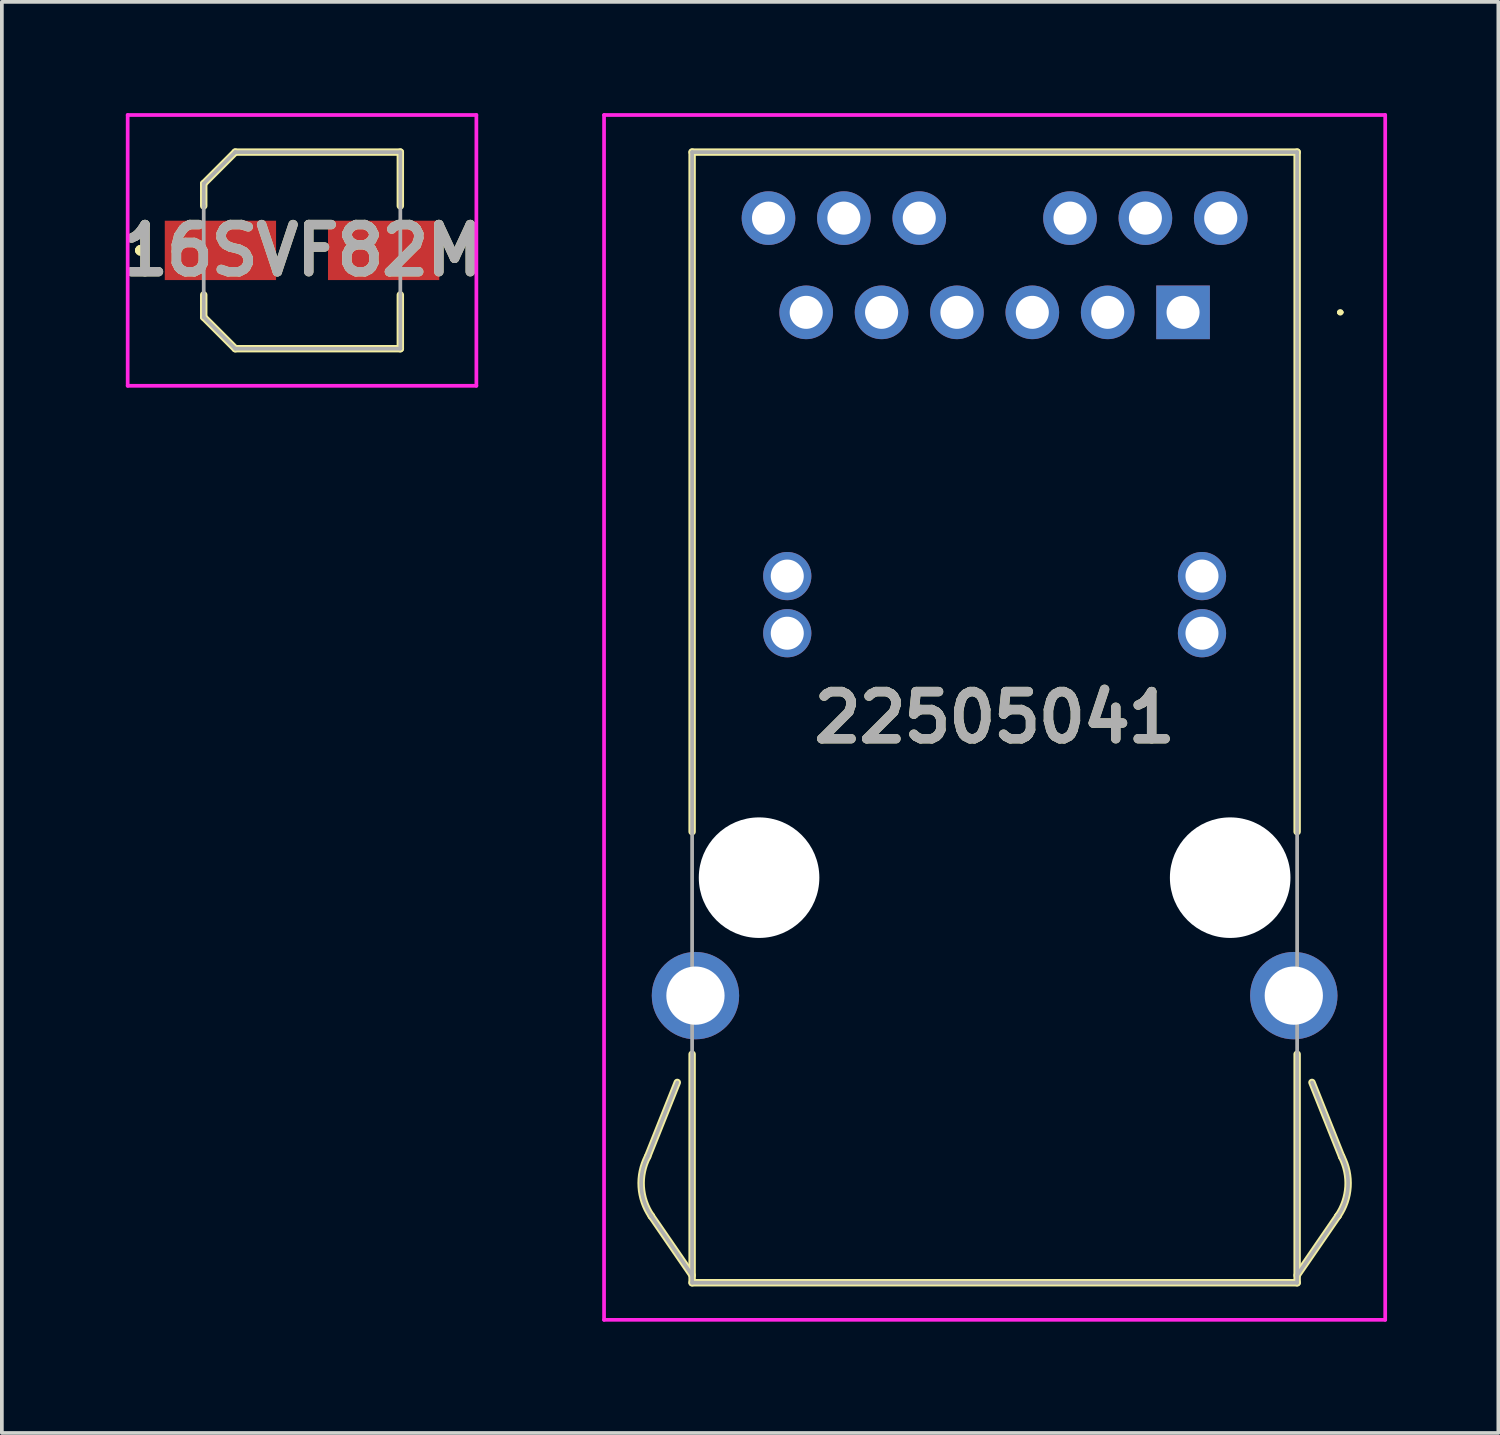
<source format=kicad_pcb>
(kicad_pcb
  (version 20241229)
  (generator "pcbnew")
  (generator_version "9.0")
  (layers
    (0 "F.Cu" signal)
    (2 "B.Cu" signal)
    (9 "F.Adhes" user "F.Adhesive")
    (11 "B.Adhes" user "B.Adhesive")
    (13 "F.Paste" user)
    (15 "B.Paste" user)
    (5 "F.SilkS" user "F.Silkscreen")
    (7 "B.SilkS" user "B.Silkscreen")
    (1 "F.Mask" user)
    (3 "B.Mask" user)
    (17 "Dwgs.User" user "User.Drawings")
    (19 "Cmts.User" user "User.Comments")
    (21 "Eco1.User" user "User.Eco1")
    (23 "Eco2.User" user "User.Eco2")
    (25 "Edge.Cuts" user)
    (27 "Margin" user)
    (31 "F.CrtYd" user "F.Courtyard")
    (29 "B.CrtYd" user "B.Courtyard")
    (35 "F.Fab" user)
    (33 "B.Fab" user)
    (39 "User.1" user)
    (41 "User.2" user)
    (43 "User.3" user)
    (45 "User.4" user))
  (footprint "22505041"
    (layer "F.Cu")
    (at 28.843 5.37)
    (property "Reference" "22505041" (at -5.08 10.92 0) (layer "F.SilkS") (effects (font (size 1.27 1.27) (thickness 0.254))))
    (attr through_hole)
    (fp_line (start -14.435 22.76) (end -13.635 20.76) (stroke (width 0.2) (type solid)) (layer "F.SilkS"))
    (fp_line (start -14.335 24.36) (end -14.335 24.36) (stroke (width 0.2) (type solid)) (layer "F.SilkS"))
    (fp_line (start -13.235 -4.32) (end 3.075 -4.32) (stroke (width 0.2) (type solid)) (layer "F.SilkS"))
    (fp_line (start -13.235 14) (end -13.235 -4.32) (stroke (width 0.2) (type solid)) (layer "F.SilkS"))
    (fp_line (start -13.235 25.96) (end -14.335 24.36) (stroke (width 0.2) (type solid)) (layer "F.SilkS"))
    (fp_line (start -13.235 26.16) (end -13.235 20) (stroke (width 0.2) (type solid)) (layer "F.SilkS"))
    (fp_line (start 3.075 -4.32) (end 3.075 14) (stroke (width 0.2) (type solid)) (layer "F.SilkS"))
    (fp_line (start 3.075 20) (end 3.075 26.16) (stroke (width 0.2) (type solid)) (layer "F.SilkS"))
    (fp_line (start 3.075 25.96) (end 4.175 24.36) (stroke (width 0.2) (type solid)) (layer "F.SilkS"))
    (fp_line (start 3.075 26.16) (end -13.235 26.16) (stroke (width 0.2) (type solid)) (layer "F.SilkS"))
    (fp_line (start 4.175 24.36) (end 4.175 24.36) (stroke (width 0.2) (type solid)) (layer "F.SilkS"))
    (fp_line (start 4.2 0) (end 4.2 0) (stroke (width 0.1) (type solid)) (layer "F.SilkS"))
    (fp_line (start 4.275 0) (end 4.275 0) (stroke (width 0.1) (type solid)) (layer "F.SilkS"))
    (fp_line (start 4.275 22.76) (end 3.475 20.76) (stroke (width 0.2) (type solid)) (layer "F.SilkS"))
    (fp_arc (start -14.335 24.36) (mid -14.606412 23.573342) (end -14.434609 22.759106) (stroke (width 0.2) (type solid)) (layer "F.SilkS"))
    (fp_arc (start 4.2 0) (mid 4.2375 -0.0375) (end 4.275 0) (stroke (width 0.1) (type solid)) (layer "F.SilkS"))
    (fp_arc (start 4.274609 22.759106) (mid 4.446412 23.573342) (end 4.175 24.36) (stroke (width 0.2) (type solid)) (layer "F.SilkS"))
    (fp_arc (start 4.275 0) (mid 4.2375 0.0375) (end 4.2 0) (stroke (width 0.1) (type solid)) (layer "F.SilkS"))
    (fp_line (start -15.609 -5.32) (end 5.449 -5.32) (stroke (width 0.1) (type solid)) (layer "F.CrtYd"))
    (fp_line (start -15.609 27.16) (end -15.609 -5.32) (stroke (width 0.1) (type solid)) (layer "F.CrtYd"))
    (fp_line (start 5.449 -5.32) (end 5.449 27.16) (stroke (width 0.1) (type solid)) (layer "F.CrtYd"))
    (fp_line (start 5.449 27.16) (end -15.609 27.16) (stroke (width 0.1) (type solid)) (layer "F.CrtYd"))
    (fp_line (start -14.435 22.76) (end -13.635 20.76) (stroke (width 0.1) (type solid)) (layer "F.Fab"))
    (fp_line (start -14.335 24.36) (end -14.335 24.36) (stroke (width 0.1) (type solid)) (layer "F.Fab"))
    (fp_line (start -13.235 -4.32) (end 3.075 -4.32) (stroke (width 0.1) (type solid)) (layer "F.Fab"))
    (fp_line (start -13.235 25.96) (end -14.335 24.36) (stroke (width 0.1) (type solid)) (layer "F.Fab"))
    (fp_line (start -13.235 26.16) (end -13.235 -4.32) (stroke (width 0.1) (type solid)) (layer "F.Fab"))
    (fp_line (start 3.075 -4.32) (end 3.075 26.16) (stroke (width 0.1) (type solid)) (layer "F.Fab"))
    (fp_line (start 3.075 25.96) (end 4.175 24.36) (stroke (width 0.1) (type solid)) (layer "F.Fab"))
    (fp_line (start 3.075 26.16) (end -13.235 26.16) (stroke (width 0.1) (type solid)) (layer "F.Fab"))
    (fp_line (start 4.175 24.36) (end 4.175 24.36) (stroke (width 0.1) (type solid)) (layer "F.Fab"))
    (fp_line (start 4.275 22.76) (end 3.475 20.76) (stroke (width 0.1) (type solid)) (layer "F.Fab"))
    (fp_arc (start -14.335 24.36) (mid -14.606412 23.573342) (end -14.434609 22.759106) (stroke (width 0.1) (type solid)) (layer "F.Fab"))
    (fp_arc (start 4.274609 22.759106) (mid 4.446412 23.573342) (end 4.175 24.36) (stroke (width 0.1) (type solid)) (layer "F.Fab"))
    (fp_text user "${REFERENCE}" (at -5.08 10.92 0) (layer "F.Fab") (effects (font (size 1.27 1.27) (thickness 0.254))))
    (pad "" np_thru_hole circle (at -11.43 15.24) (size 3.25 3.25) (drill 3.25) (layers "*.Cu" "*.Mask"))
    (pad "" np_thru_hole circle (at 1.27 15.24) (size 3.25 3.25) (drill 3.25) (layers "*.Cu" "*.Mask"))
    (pad "1" thru_hole rect (at 0 0) (size 1.446 1.446) (drill 0.89) (layers "*.Cu" "*.Mask"))
    (pad "2" thru_hole circle (at -2.032 0) (size 1.446 1.446) (drill 0.89) (layers "*.Cu" "*.Mask"))
    (pad "3" thru_hole circle (at -4.064 0) (size 1.446 1.446) (drill 0.89) (layers "*.Cu" "*.Mask"))
    (pad "4" thru_hole circle (at -6.096 0) (size 1.446 1.446) (drill 0.89) (layers "*.Cu" "*.Mask"))
    (pad "5" thru_hole circle (at -8.128 0) (size 1.446 1.446) (drill 0.89) (layers "*.Cu" "*.Mask"))
    (pad "6" thru_hole circle (at -10.16 0) (size 1.446 1.446) (drill 0.89) (layers "*.Cu" "*.Mask"))
    (pad "7" thru_hole circle (at 1.016 -2.54) (size 1.446 1.446) (drill 0.89) (layers "*.Cu" "*.Mask"))
    (pad "8" thru_hole circle (at -1.016 -2.54) (size 1.446 1.446) (drill 0.89) (layers "*.Cu" "*.Mask"))
    (pad "9" thru_hole circle (at -3.048 -2.54) (size 1.446 1.446) (drill 0.89) (layers "*.Cu" "*.Mask"))
    (pad "10" thru_hole circle (at -7.112 -2.54) (size 1.446 1.446) (drill 0.89) (layers "*.Cu" "*.Mask"))
    (pad "11" thru_hole circle (at -9.144 -2.54) (size 1.446 1.446) (drill 0.89) (layers "*.Cu" "*.Mask"))
    (pad "12" thru_hole circle (at -11.176 -2.54) (size 1.446 1.446) (drill 0.89) (layers "*.Cu" "*.Mask"))
    (pad "13" thru_hole circle (at 0.51 7.11) (size 1.3 1.3) (drill 0.89) (layers "*.Cu" "*.Mask"))
    (pad "14" thru_hole circle (at -10.67 7.11) (size 1.3 1.3) (drill 0.89) (layers "*.Cu" "*.Mask"))
    (pad "15" thru_hole circle (at 0.51 8.65) (size 1.3 1.3) (drill 0.89) (layers "*.Cu" "*.Mask"))
    (pad "16" thru_hole circle (at -10.67 8.65) (size 1.3 1.3) (drill 0.89) (layers "*.Cu" "*.Mask"))
    (pad "17" thru_hole circle (at 2.985 18.42) (size 2.355 2.355) (drill 1.57) (layers "*.Cu" "*.Mask"))
    (pad "18" thru_hole circle (at -13.145 18.42) (size 2.355 2.355) (drill 1.57) (layers "*.Cu" "*.Mask")))
  (footprint "16SVF82M"
    (layer "F.Cu")
    (at 5.092 3.7)
    (property "Reference" "16SVF82M" (at 0 0 0) (layer "F.SilkS") (effects (font (size 1.27 1.27) (thickness 0.254))))
    (attr smd)
    (fp_line (start -4.4 0) (end -4.4 0) (stroke (width 0.2) (type solid)) (layer "F.SilkS"))
    (fp_line (start -4.3 0) (end -4.3 0) (stroke (width 0.2) (type solid)) (layer "F.SilkS"))
    (fp_line (start -4.3 0) (end -4.3 0) (stroke (width 0.2) (type solid)) (layer "F.SilkS"))
    (fp_line (start -2.65 -1.8) (end -1.8 -2.65) (stroke (width 0.2) (type solid)) (layer "F.SilkS"))
    (fp_line (start -2.65 -1.2) (end -2.65 -1.8) (stroke (width 0.2) (type solid)) (layer "F.SilkS"))
    (fp_line (start -2.65 1.2) (end -2.65 1.8) (stroke (width 0.2) (type solid)) (layer "F.SilkS"))
    (fp_line (start -2.65 1.8) (end -1.8 2.65) (stroke (width 0.2) (type solid)) (layer "F.SilkS"))
    (fp_line (start -1.8 -2.65) (end 2.65 -2.65) (stroke (width 0.2) (type solid)) (layer "F.SilkS"))
    (fp_line (start -1.8 2.65) (end 2.65 2.65) (stroke (width 0.2) (type solid)) (layer "F.SilkS"))
    (fp_line (start 2.65 -2.65) (end 2.65 -1.2) (stroke (width 0.2) (type solid)) (layer "F.SilkS"))
    (fp_line (start 2.65 2.65) (end 2.65 1.2) (stroke (width 0.2) (type solid)) (layer "F.SilkS"))
    (fp_arc (start -4.4 0) (mid -4.35 -0.05) (end -4.3 0) (stroke (width 0.2) (type solid)) (layer "F.SilkS"))
    (fp_arc (start -4.4 0) (mid -4.35 -0.05) (end -4.3 0) (stroke (width 0.2) (type solid)) (layer "F.SilkS"))
    (fp_arc (start -4.3 0) (mid -4.35 0.05) (end -4.4 0) (stroke (width 0.2) (type solid)) (layer "F.SilkS"))
    (fp_line (start -4.7 -3.65) (end 4.7 -3.65) (stroke (width 0.1) (type solid)) (layer "F.CrtYd"))
    (fp_line (start -4.7 3.65) (end -4.7 -3.65) (stroke (width 0.1) (type solid)) (layer "F.CrtYd"))
    (fp_line (start 4.7 -3.65) (end 4.7 3.65) (stroke (width 0.1) (type solid)) (layer "F.CrtYd"))
    (fp_line (start 4.7 3.65) (end -4.7 3.65) (stroke (width 0.1) (type solid)) (layer "F.CrtYd"))
    (fp_line (start -2.65 -1.8) (end -1.8 -2.65) (stroke (width 0.1) (type solid)) (layer "F.Fab"))
    (fp_line (start -2.65 -1.2) (end -2.65 -1.8) (stroke (width 0.1) (type solid)) (layer "F.Fab"))
    (fp_line (start -2.65 1.8) (end -2.65 -1.2) (stroke (width 0.1) (type solid)) (layer "F.Fab"))
    (fp_line (start -1.8 -2.65) (end 2.65 -2.65) (stroke (width 0.1) (type solid)) (layer "F.Fab"))
    (fp_line (start -1.8 2.65) (end -2.65 1.8) (stroke (width 0.1) (type solid)) (layer "F.Fab"))
    (fp_line (start 2.65 -2.65) (end 2.65 2.65) (stroke (width 0.1) (type solid)) (layer "F.Fab"))
    (fp_line (start 2.65 2.65) (end -1.8 2.65) (stroke (width 0.1) (type solid)) (layer "F.Fab"))
    (fp_text user "${REFERENCE}" (at 0 0 0) (layer "F.Fab") (effects (font (size 1.27 1.27) (thickness 0.254))))
    (pad "1" smd rect (at -2.2 0 90) (size 1.6 3) (layers "F.Cu" "F.Mask" "F.Paste"))
    (pad "2" smd rect (at 2.2 0 90) (size 1.6 3) (layers "F.Cu" "F.Mask" "F.Paste")))
  (gr_rect
    (start -3 -3)
    (end 37.342 35.58)
    (stroke (width 0.1) (type default))
    (fill no)
    (layer "Edge.Cuts")))
</source>
